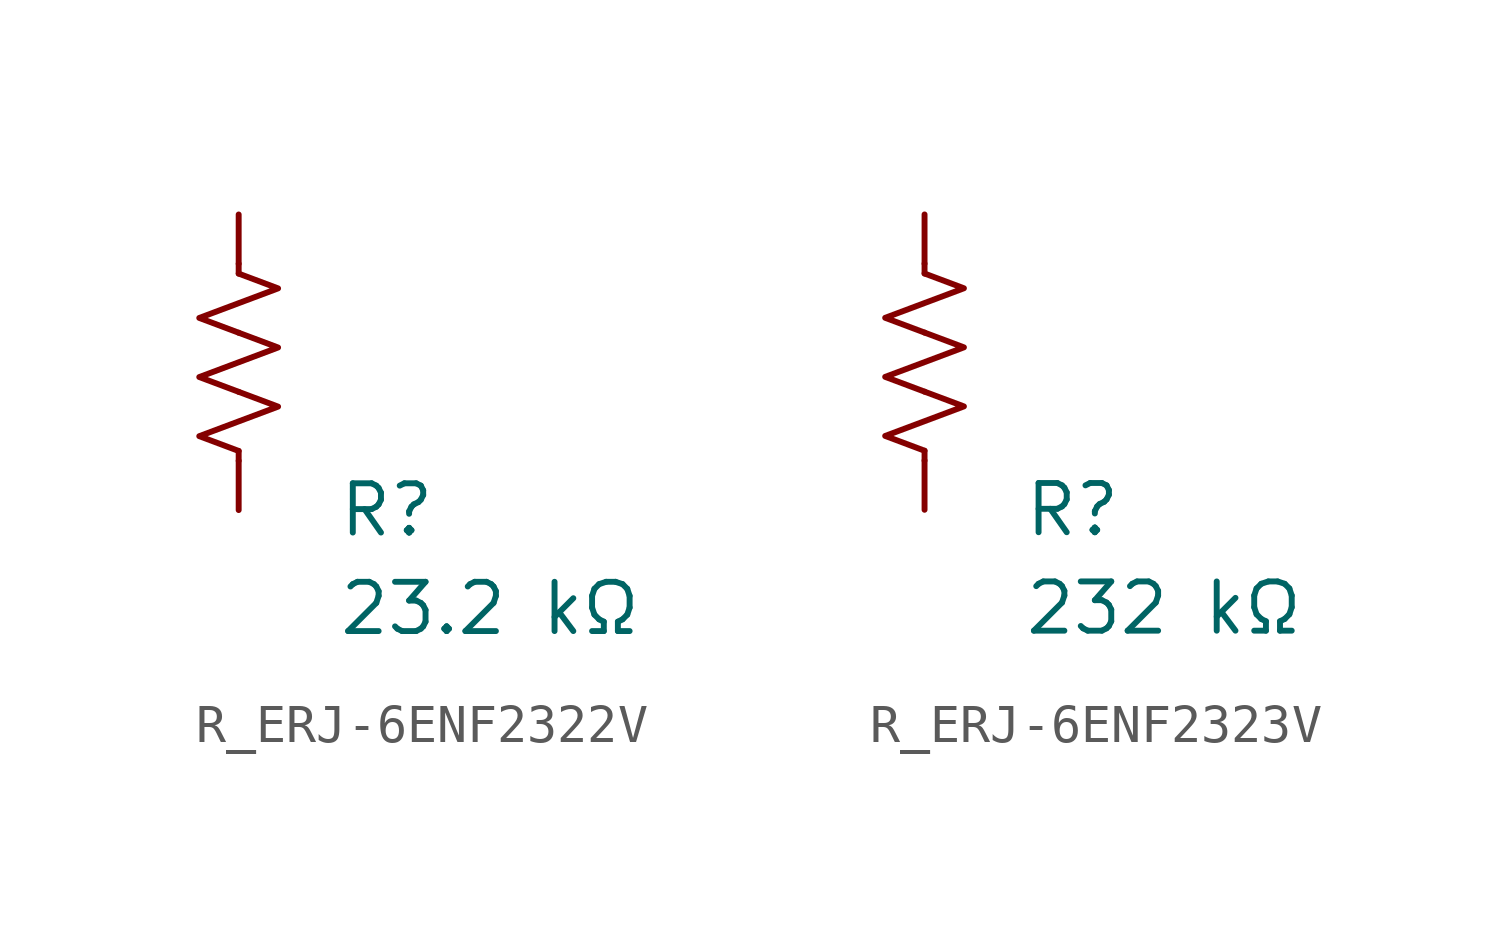
<source format=kicad_sym>
(kicad_symbol_lib
  (version 20231120)
  (generator "kicad_symbol_editor")
  (generator_version "8.0")
  (symbol "R_ERJ-6ENF2322V"
    (pin_numbers hide)
    (pin_names
      (offset 0))
    (property "Reference" "R"
      (at 2.54 -3.81 0)
      (effects (font (size 1.27 1.27)) (justify left))
      (show_name no))
    (property "Value" "23.2 kΩ"
      (at 2.54 -6.35 0)
      (effects (font (size 1.27 1.27)) (justify left))
      (show_name no))
    (symbol "R_ERJ-6ENF2322V_0_1"
      (polyline (pts (xy 0 -2.286) (xy 0 -2.54)) (stroke (width 0) (type default)) (fill (type none)))
      (polyline (pts (xy 0 2.286) (xy 0 2.54)) (stroke (width 0) (type default)) (fill (type none)))
      (polyline (pts (xy 0 -0.762) (xy 1.016 -1.143) (xy 0 -1.524) (xy -1.016 -1.905) (xy 0 -2.286)) (stroke (width 0) (type default)) (fill (type none)))
      (polyline (pts (xy 0 0.762) (xy 1.016 0.381) (xy 0 0) (xy -1.016 -0.381) (xy 0 -0.762)) (stroke (width 0) (type default)) (fill (type none)))
      (polyline (pts (xy 0 2.286) (xy 1.016 1.905) (xy 0 1.524) (xy -1.016 1.143) (xy 0 0.762)) (stroke (width 0) (type default)) (fill (type none))))
    (symbol "R_ERJ-6ENF2322V_1_1"
      (pin passive line (at 0 3.81 270) (length 1.27) (name "~" (effects (font (size 1.27 1.27)))) (number "1" (effects (font (size 1.27 1.27)))))
      (pin passive line (at 0 -3.81 90) (length 1.27) (name "~" (effects (font (size 1.27 1.27)))) (number "2" (effects (font (size 1.27 1.27)))))))
  (symbol "R_ERJ-6ENF2323V"
    (pin_numbers hide)
    (pin_names
      (offset 0))
    (property "Reference" "R"
      (at 2.54 -3.81 0)
      (effects (font (size 1.27 1.27)) (justify left))
      (show_name no))
    (property "Value" "232 kΩ"
      (at 2.54 -6.35 0)
      (effects (font (size 1.27 1.27)) (justify left))
      (show_name no))
    (symbol "R_ERJ-6ENF2323V_0_1"
      (polyline (pts (xy 0 -2.286) (xy 0 -2.54)) (stroke (width 0) (type default)) (fill (type none)))
      (polyline (pts (xy 0 2.286) (xy 0 2.54)) (stroke (width 0) (type default)) (fill (type none)))
      (polyline (pts (xy 0 -0.762) (xy 1.016 -1.143) (xy 0 -1.524) (xy -1.016 -1.905) (xy 0 -2.286)) (stroke (width 0) (type default)) (fill (type none)))
      (polyline (pts (xy 0 0.762) (xy 1.016 0.381) (xy 0 0) (xy -1.016 -0.381) (xy 0 -0.762)) (stroke (width 0) (type default)) (fill (type none)))
      (polyline (pts (xy 0 2.286) (xy 1.016 1.905) (xy 0 1.524) (xy -1.016 1.143) (xy 0 0.762)) (stroke (width 0) (type default)) (fill (type none))))
    (symbol "R_ERJ-6ENF2323V_1_1"
      (pin passive line (at 0 3.81 270) (length 1.27) (name "~" (effects (font (size 1.27 1.27)))) (number "1" (effects (font (size 1.27 1.27)))))
      (pin passive line (at 0 -3.81 90) (length 1.27) (name "~" (effects (font (size 1.27 1.27)))) (number "2" (effects (font (size 1.27 1.27))))))))
</source>
